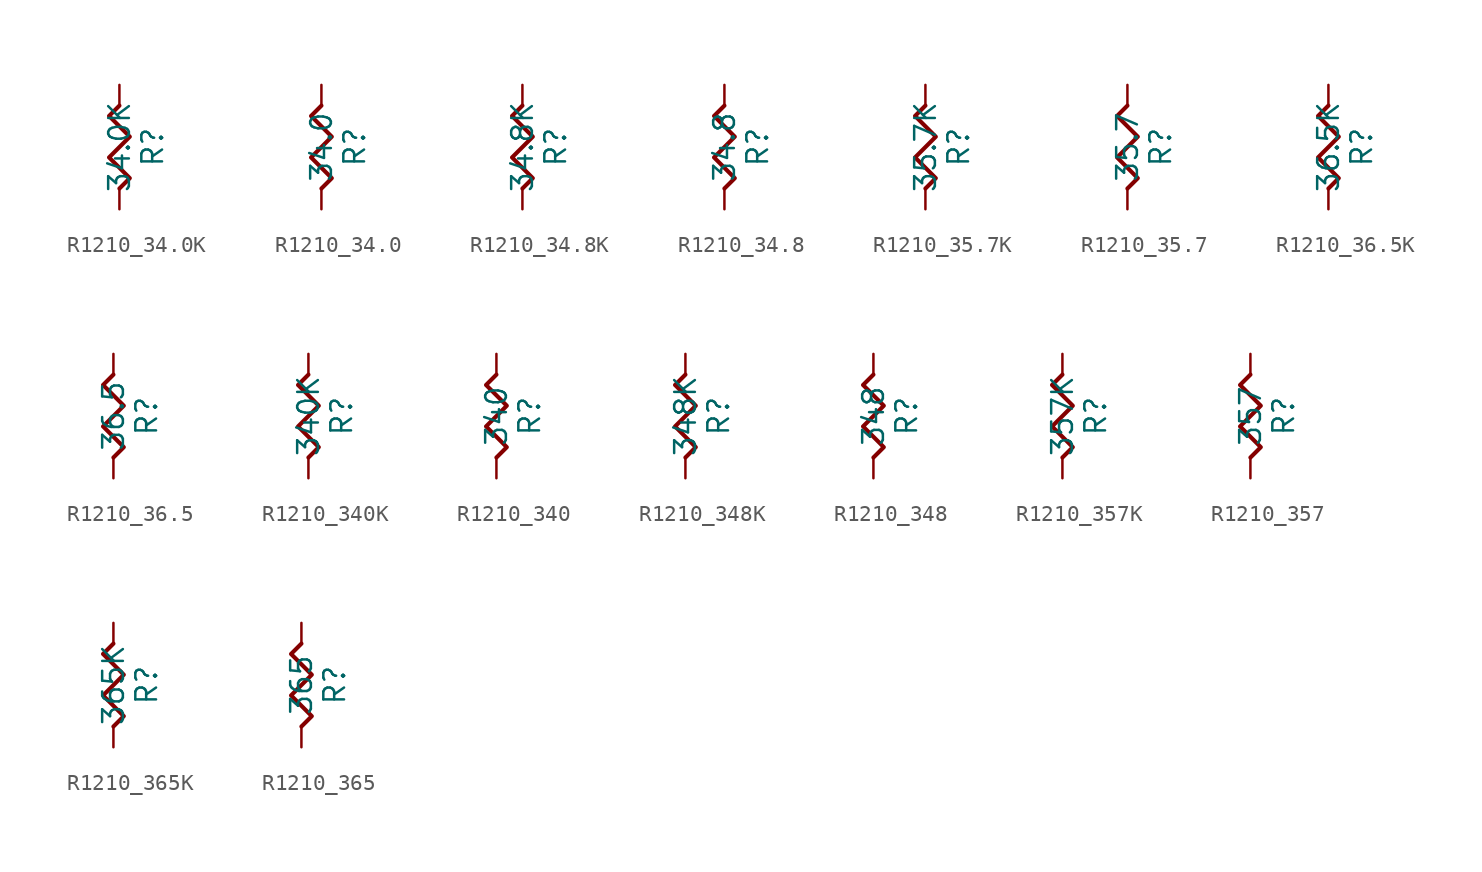
<source format=kicad_sym>
(kicad_symbol_lib
  (version 20211014)
  (generator atlantix-eda)
  (symbol "R1210_34.0K"
    (pin_numbers hide)
    (pin_names
      (offset 0))
    (property "Reference" "R"
      (at 2.032 0 90)
      (effects (font (size 1.27 1.27))))
    (property "Value" "34.0K"
      (at 0 0 90)
      (effects (font (size 1.27 1.27))))
    (symbol "R1210_34.0K_0_1"
      (polyline (pts (xy 0 -2.54) (xy 0.635 -1.905) (xy -0.635 -0.635) (xy 0.635 0.635) (xy -0.635 1.905) (xy 0 2.54)) (stroke (width 0.254) (type default) (color 0 0 0 0)) (fill (type none))))
    (symbol "R1210_34.0K_1_1"
      (pin passive line (at 0 3.81 270) (length 1.27) (name "~" (effects (font (size 1.27 1.27)))) (number "1" (effects (font (size 1.27 1.27)))))
      (pin passive line (at 0 -3.81 90) (length 1.27) (name "~" (effects (font (size 1.27 1.27)))) (number "2" (effects (font (size 1.27 1.27)))))))
  (symbol "R1210_34.0"
    (pin_numbers hide)
    (pin_names
      (offset 0))
    (property "Reference" "R"
      (at 2.032 0 90)
      (effects (font (size 1.27 1.27))))
    (property "Value" "34.0"
      (at 0 0 90)
      (effects (font (size 1.27 1.27))))
    (symbol "R1210_34.0_0_1"
      (polyline (pts (xy 0 -2.54) (xy 0.635 -1.905) (xy -0.635 -0.635) (xy 0.635 0.635) (xy -0.635 1.905) (xy 0 2.54)) (stroke (width 0.254) (type default) (color 0 0 0 0)) (fill (type none))))
    (symbol "R1210_34.0_1_1"
      (pin passive line (at 0 3.81 270) (length 1.27) (name "~" (effects (font (size 1.27 1.27)))) (number "1" (effects (font (size 1.27 1.27)))))
      (pin passive line (at 0 -3.81 90) (length 1.27) (name "~" (effects (font (size 1.27 1.27)))) (number "2" (effects (font (size 1.27 1.27)))))))
  (symbol "R1210_34.8K"
    (pin_numbers hide)
    (pin_names
      (offset 0))
    (property "Reference" "R"
      (at 2.032 0 90)
      (effects (font (size 1.27 1.27))))
    (property "Value" "34.8K"
      (at 0 0 90)
      (effects (font (size 1.27 1.27))))
    (symbol "R1210_34.8K_0_1"
      (polyline (pts (xy 0 -2.54) (xy 0.635 -1.905) (xy -0.635 -0.635) (xy 0.635 0.635) (xy -0.635 1.905) (xy 0 2.54)) (stroke (width 0.254) (type default) (color 0 0 0 0)) (fill (type none))))
    (symbol "R1210_34.8K_1_1"
      (pin passive line (at 0 3.81 270) (length 1.27) (name "~" (effects (font (size 1.27 1.27)))) (number "1" (effects (font (size 1.27 1.27)))))
      (pin passive line (at 0 -3.81 90) (length 1.27) (name "~" (effects (font (size 1.27 1.27)))) (number "2" (effects (font (size 1.27 1.27)))))))
  (symbol "R1210_34.8"
    (pin_numbers hide)
    (pin_names
      (offset 0))
    (property "Reference" "R"
      (at 2.032 0 90)
      (effects (font (size 1.27 1.27))))
    (property "Value" "34.8"
      (at 0 0 90)
      (effects (font (size 1.27 1.27))))
    (symbol "R1210_34.8_0_1"
      (polyline (pts (xy 0 -2.54) (xy 0.635 -1.905) (xy -0.635 -0.635) (xy 0.635 0.635) (xy -0.635 1.905) (xy 0 2.54)) (stroke (width 0.254) (type default) (color 0 0 0 0)) (fill (type none))))
    (symbol "R1210_34.8_1_1"
      (pin passive line (at 0 3.81 270) (length 1.27) (name "~" (effects (font (size 1.27 1.27)))) (number "1" (effects (font (size 1.27 1.27)))))
      (pin passive line (at 0 -3.81 90) (length 1.27) (name "~" (effects (font (size 1.27 1.27)))) (number "2" (effects (font (size 1.27 1.27)))))))
  (symbol "R1210_35.7K"
    (pin_numbers hide)
    (pin_names
      (offset 0))
    (property "Reference" "R"
      (at 2.032 0 90)
      (effects (font (size 1.27 1.27))))
    (property "Value" "35.7K"
      (at 0 0 90)
      (effects (font (size 1.27 1.27))))
    (symbol "R1210_35.7K_0_1"
      (polyline (pts (xy 0 -2.54) (xy 0.635 -1.905) (xy -0.635 -0.635) (xy 0.635 0.635) (xy -0.635 1.905) (xy 0 2.54)) (stroke (width 0.254) (type default) (color 0 0 0 0)) (fill (type none))))
    (symbol "R1210_35.7K_1_1"
      (pin passive line (at 0 3.81 270) (length 1.27) (name "~" (effects (font (size 1.27 1.27)))) (number "1" (effects (font (size 1.27 1.27)))))
      (pin passive line (at 0 -3.81 90) (length 1.27) (name "~" (effects (font (size 1.27 1.27)))) (number "2" (effects (font (size 1.27 1.27)))))))
  (symbol "R1210_35.7"
    (pin_numbers hide)
    (pin_names
      (offset 0))
    (property "Reference" "R"
      (at 2.032 0 90)
      (effects (font (size 1.27 1.27))))
    (property "Value" "35.7"
      (at 0 0 90)
      (effects (font (size 1.27 1.27))))
    (symbol "R1210_35.7_0_1"
      (polyline (pts (xy 0 -2.54) (xy 0.635 -1.905) (xy -0.635 -0.635) (xy 0.635 0.635) (xy -0.635 1.905) (xy 0 2.54)) (stroke (width 0.254) (type default) (color 0 0 0 0)) (fill (type none))))
    (symbol "R1210_35.7_1_1"
      (pin passive line (at 0 3.81 270) (length 1.27) (name "~" (effects (font (size 1.27 1.27)))) (number "1" (effects (font (size 1.27 1.27)))))
      (pin passive line (at 0 -3.81 90) (length 1.27) (name "~" (effects (font (size 1.27 1.27)))) (number "2" (effects (font (size 1.27 1.27)))))))
  (symbol "R1210_36.5K"
    (pin_numbers hide)
    (pin_names
      (offset 0))
    (property "Reference" "R"
      (at 2.032 0 90)
      (effects (font (size 1.27 1.27))))
    (property "Value" "36.5K"
      (at 0 0 90)
      (effects (font (size 1.27 1.27))))
    (symbol "R1210_36.5K_0_1"
      (polyline (pts (xy 0 -2.54) (xy 0.635 -1.905) (xy -0.635 -0.635) (xy 0.635 0.635) (xy -0.635 1.905) (xy 0 2.54)) (stroke (width 0.254) (type default) (color 0 0 0 0)) (fill (type none))))
    (symbol "R1210_36.5K_1_1"
      (pin passive line (at 0 3.81 270) (length 1.27) (name "~" (effects (font (size 1.27 1.27)))) (number "1" (effects (font (size 1.27 1.27)))))
      (pin passive line (at 0 -3.81 90) (length 1.27) (name "~" (effects (font (size 1.27 1.27)))) (number "2" (effects (font (size 1.27 1.27)))))))
  (symbol "R1210_36.5"
    (pin_numbers hide)
    (pin_names
      (offset 0))
    (property "Reference" "R"
      (at 2.032 0 90)
      (effects (font (size 1.27 1.27))))
    (property "Value" "36.5"
      (at 0 0 90)
      (effects (font (size 1.27 1.27))))
    (symbol "R1210_36.5_0_1"
      (polyline (pts (xy 0 -2.54) (xy 0.635 -1.905) (xy -0.635 -0.635) (xy 0.635 0.635) (xy -0.635 1.905) (xy 0 2.54)) (stroke (width 0.254) (type default) (color 0 0 0 0)) (fill (type none))))
    (symbol "R1210_36.5_1_1"
      (pin passive line (at 0 3.81 270) (length 1.27) (name "~" (effects (font (size 1.27 1.27)))) (number "1" (effects (font (size 1.27 1.27)))))
      (pin passive line (at 0 -3.81 90) (length 1.27) (name "~" (effects (font (size 1.27 1.27)))) (number "2" (effects (font (size 1.27 1.27)))))))
  (symbol "R1210_340K"
    (pin_numbers hide)
    (pin_names
      (offset 0))
    (property "Reference" "R"
      (at 2.032 0 90)
      (effects (font (size 1.27 1.27))))
    (property "Value" "340K"
      (at 0 0 90)
      (effects (font (size 1.27 1.27))))
    (symbol "R1210_340K_0_1"
      (polyline (pts (xy 0 -2.54) (xy 0.635 -1.905) (xy -0.635 -0.635) (xy 0.635 0.635) (xy -0.635 1.905) (xy 0 2.54)) (stroke (width 0.254) (type default) (color 0 0 0 0)) (fill (type none))))
    (symbol "R1210_340K_1_1"
      (pin passive line (at 0 3.81 270) (length 1.27) (name "~" (effects (font (size 1.27 1.27)))) (number "1" (effects (font (size 1.27 1.27)))))
      (pin passive line (at 0 -3.81 90) (length 1.27) (name "~" (effects (font (size 1.27 1.27)))) (number "2" (effects (font (size 1.27 1.27)))))))
  (symbol "R1210_340"
    (pin_numbers hide)
    (pin_names
      (offset 0))
    (property "Reference" "R"
      (at 2.032 0 90)
      (effects (font (size 1.27 1.27))))
    (property "Value" "340"
      (at 0 0 90)
      (effects (font (size 1.27 1.27))))
    (symbol "R1210_340_0_1"
      (polyline (pts (xy 0 -2.54) (xy 0.635 -1.905) (xy -0.635 -0.635) (xy 0.635 0.635) (xy -0.635 1.905) (xy 0 2.54)) (stroke (width 0.254) (type default) (color 0 0 0 0)) (fill (type none))))
    (symbol "R1210_340_1_1"
      (pin passive line (at 0 3.81 270) (length 1.27) (name "~" (effects (font (size 1.27 1.27)))) (number "1" (effects (font (size 1.27 1.27)))))
      (pin passive line (at 0 -3.81 90) (length 1.27) (name "~" (effects (font (size 1.27 1.27)))) (number "2" (effects (font (size 1.27 1.27)))))))
  (symbol "R1210_348K"
    (pin_numbers hide)
    (pin_names
      (offset 0))
    (property "Reference" "R"
      (at 2.032 0 90)
      (effects (font (size 1.27 1.27))))
    (property "Value" "348K"
      (at 0 0 90)
      (effects (font (size 1.27 1.27))))
    (symbol "R1210_348K_0_1"
      (polyline (pts (xy 0 -2.54) (xy 0.635 -1.905) (xy -0.635 -0.635) (xy 0.635 0.635) (xy -0.635 1.905) (xy 0 2.54)) (stroke (width 0.254) (type default) (color 0 0 0 0)) (fill (type none))))
    (symbol "R1210_348K_1_1"
      (pin passive line (at 0 3.81 270) (length 1.27) (name "~" (effects (font (size 1.27 1.27)))) (number "1" (effects (font (size 1.27 1.27)))))
      (pin passive line (at 0 -3.81 90) (length 1.27) (name "~" (effects (font (size 1.27 1.27)))) (number "2" (effects (font (size 1.27 1.27)))))))
  (symbol "R1210_348"
    (pin_numbers hide)
    (pin_names
      (offset 0))
    (property "Reference" "R"
      (at 2.032 0 90)
      (effects (font (size 1.27 1.27))))
    (property "Value" "348"
      (at 0 0 90)
      (effects (font (size 1.27 1.27))))
    (symbol "R1210_348_0_1"
      (polyline (pts (xy 0 -2.54) (xy 0.635 -1.905) (xy -0.635 -0.635) (xy 0.635 0.635) (xy -0.635 1.905) (xy 0 2.54)) (stroke (width 0.254) (type default) (color 0 0 0 0)) (fill (type none))))
    (symbol "R1210_348_1_1"
      (pin passive line (at 0 3.81 270) (length 1.27) (name "~" (effects (font (size 1.27 1.27)))) (number "1" (effects (font (size 1.27 1.27)))))
      (pin passive line (at 0 -3.81 90) (length 1.27) (name "~" (effects (font (size 1.27 1.27)))) (number "2" (effects (font (size 1.27 1.27)))))))
  (symbol "R1210_357K"
    (pin_numbers hide)
    (pin_names
      (offset 0))
    (property "Reference" "R"
      (at 2.032 0 90)
      (effects (font (size 1.27 1.27))))
    (property "Value" "357K"
      (at 0 0 90)
      (effects (font (size 1.27 1.27))))
    (symbol "R1210_357K_0_1"
      (polyline (pts (xy 0 -2.54) (xy 0.635 -1.905) (xy -0.635 -0.635) (xy 0.635 0.635) (xy -0.635 1.905) (xy 0 2.54)) (stroke (width 0.254) (type default) (color 0 0 0 0)) (fill (type none))))
    (symbol "R1210_357K_1_1"
      (pin passive line (at 0 3.81 270) (length 1.27) (name "~" (effects (font (size 1.27 1.27)))) (number "1" (effects (font (size 1.27 1.27)))))
      (pin passive line (at 0 -3.81 90) (length 1.27) (name "~" (effects (font (size 1.27 1.27)))) (number "2" (effects (font (size 1.27 1.27)))))))
  (symbol "R1210_357"
    (pin_numbers hide)
    (pin_names
      (offset 0))
    (property "Reference" "R"
      (at 2.032 0 90)
      (effects (font (size 1.27 1.27))))
    (property "Value" "357"
      (at 0 0 90)
      (effects (font (size 1.27 1.27))))
    (symbol "R1210_357_0_1"
      (polyline (pts (xy 0 -2.54) (xy 0.635 -1.905) (xy -0.635 -0.635) (xy 0.635 0.635) (xy -0.635 1.905) (xy 0 2.54)) (stroke (width 0.254) (type default) (color 0 0 0 0)) (fill (type none))))
    (symbol "R1210_357_1_1"
      (pin passive line (at 0 3.81 270) (length 1.27) (name "~" (effects (font (size 1.27 1.27)))) (number "1" (effects (font (size 1.27 1.27)))))
      (pin passive line (at 0 -3.81 90) (length 1.27) (name "~" (effects (font (size 1.27 1.27)))) (number "2" (effects (font (size 1.27 1.27)))))))
  (symbol "R1210_365K"
    (pin_numbers hide)
    (pin_names
      (offset 0))
    (property "Reference" "R"
      (at 2.032 0 90)
      (effects (font (size 1.27 1.27))))
    (property "Value" "365K"
      (at 0 0 90)
      (effects (font (size 1.27 1.27))))
    (symbol "R1210_365K_0_1"
      (polyline (pts (xy 0 -2.54) (xy 0.635 -1.905) (xy -0.635 -0.635) (xy 0.635 0.635) (xy -0.635 1.905) (xy 0 2.54)) (stroke (width 0.254) (type default) (color 0 0 0 0)) (fill (type none))))
    (symbol "R1210_365K_1_1"
      (pin passive line (at 0 3.81 270) (length 1.27) (name "~" (effects (font (size 1.27 1.27)))) (number "1" (effects (font (size 1.27 1.27)))))
      (pin passive line (at 0 -3.81 90) (length 1.27) (name "~" (effects (font (size 1.27 1.27)))) (number "2" (effects (font (size 1.27 1.27)))))))
  (symbol "R1210_365"
    (pin_numbers hide)
    (pin_names
      (offset 0))
    (property "Reference" "R"
      (at 2.032 0 90)
      (effects (font (size 1.27 1.27))))
    (property "Value" "365"
      (at 0 0 90)
      (effects (font (size 1.27 1.27))))
    (symbol "R1210_365_0_1"
      (polyline (pts (xy 0 -2.54) (xy 0.635 -1.905) (xy -0.635 -0.635) (xy 0.635 0.635) (xy -0.635 1.905) (xy 0 2.54)) (stroke (width 0.254) (type default) (color 0 0 0 0)) (fill (type none))))
    (symbol "R1210_365_1_1"
      (pin passive line (at 0 3.81 270) (length 1.27) (name "~" (effects (font (size 1.27 1.27)))) (number "1" (effects (font (size 1.27 1.27)))))
      (pin passive line (at 0 -3.81 90) (length 1.27) (name "~" (effects (font (size 1.27 1.27)))) (number "2" (effects (font (size 1.27 1.27))))))))
</source>
